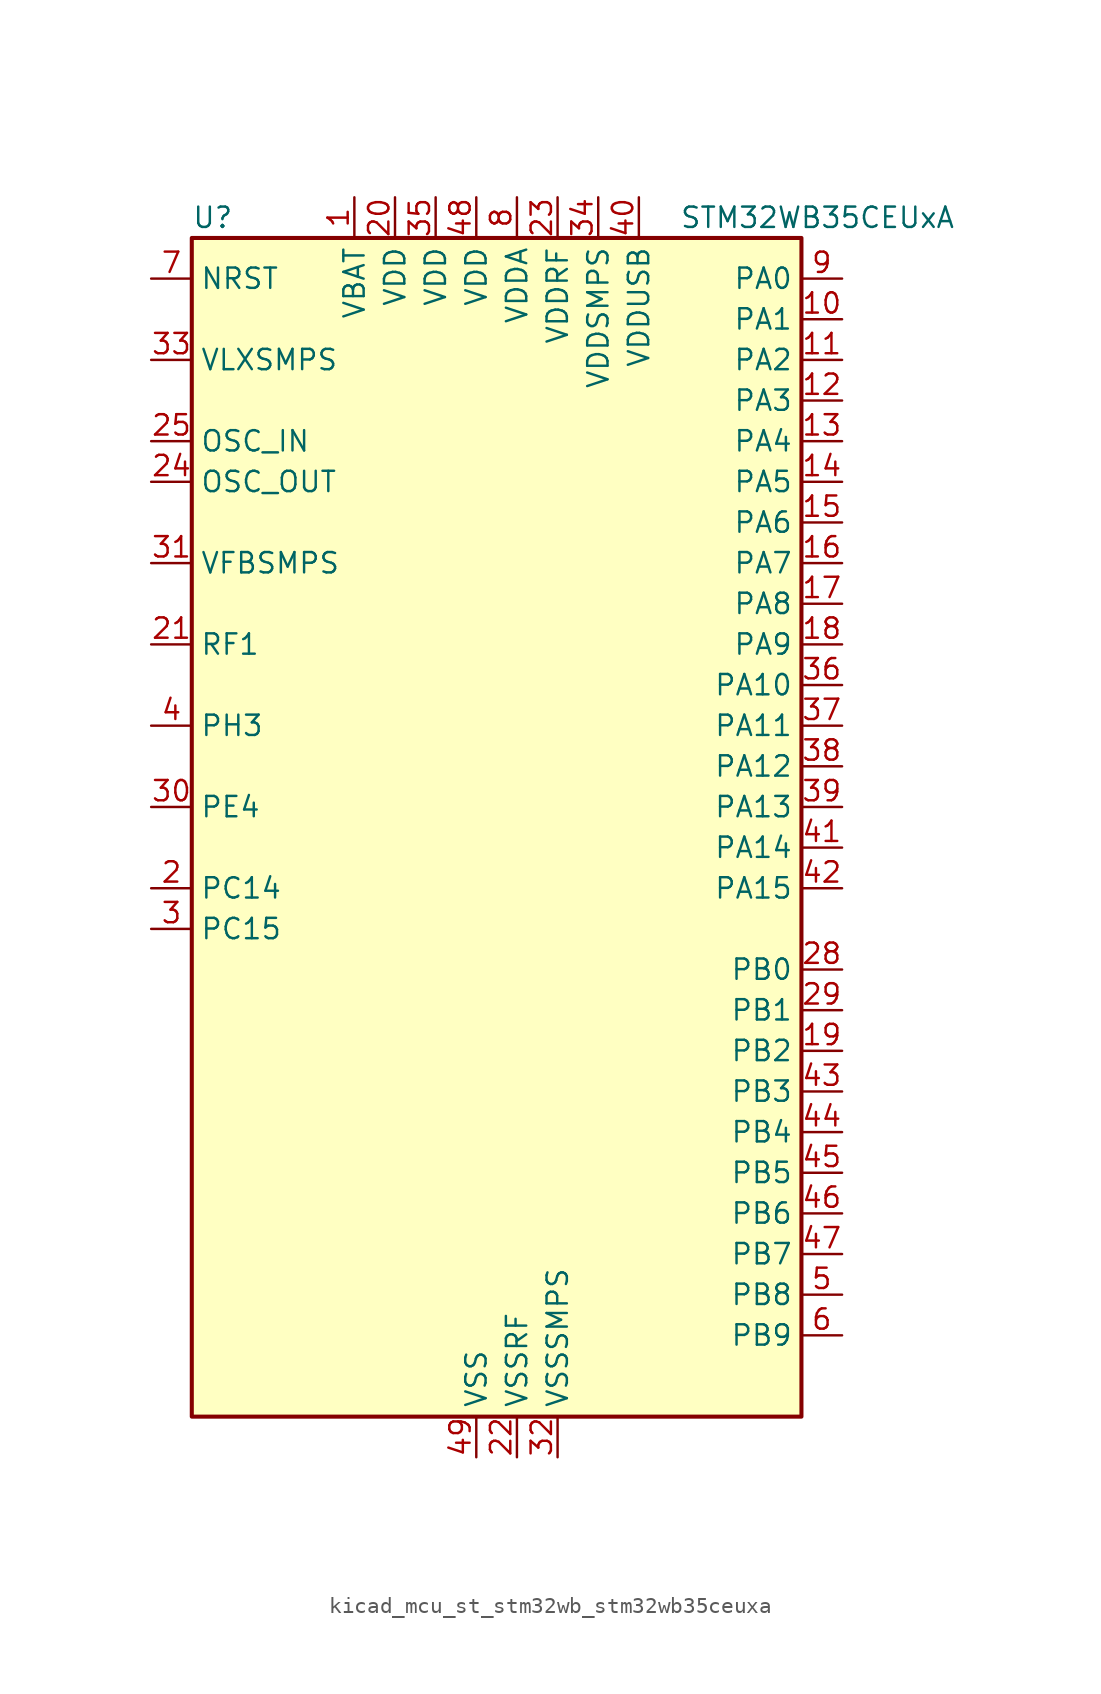
<source format=kicad_sym>
(kicad_symbol_lib
  (version 20220914)
  (generator kicad_symbol_editor)
  (symbol "kicad_mcu_st_stm32wb_stm32wb35ceuxa"
    (property "Reference" "U"
      (at -17.78 39.37 0)
      (effects (font (size 1.27 1.27)) (justify left)))
    (property "Value" "STM32WB35CEUxA"
      (at 12.7 39.37 0)
      (effects (font (size 1.27 1.27)) (justify left)))
    (property "ki_locked" ""
      (at 0 0 0)
      (effects (font (size 1.27 1.27))))
    (symbol "kicad_mcu_st_stm32wb_stm32wb35ceuxa_0_1"
      (rectangle (start -17.78 -35.56) (end 20.32 38.1) (stroke (width 0.254) (type default)) (fill (type background))))
    (symbol "kicad_mcu_st_stm32wb_stm32wb35ceuxa_1_1"
      (pin power_in line (at -7.62 40.64 270) (length 2.54) (name "VBAT" (effects (font (size 1.27 1.27)))) (number "1" (effects (font (size 1.27 1.27)))))
      (pin bidirectional line (at 22.86 33.02 180) (length 2.54) (name "PA1" (effects (font (size 1.27 1.27)))) (number "10" (effects (font (size 1.27 1.27)))) (alternate "ADC1_IN6" bidirectional line) (alternate "COMP1_INP" bidirectional line) (alternate "I2C1_SMBA" bidirectional line) (alternate "SPI1_SCK" bidirectional line) (alternate "TIM2_CH2" bidirectional line))
      (pin bidirectional line (at 22.86 30.48 180) (length 2.54) (name "PA2" (effects (font (size 1.27 1.27)))) (number "11" (effects (font (size 1.27 1.27)))) (alternate "ADC1_IN7" bidirectional line) (alternate "COMP2_INM" bidirectional line) (alternate "COMP2_OUT" bidirectional line) (alternate "LPUART1_TX" bidirectional line) (alternate "QUADSPI_BK1_NCS" bidirectional line) (alternate "RCC_LSCO" bidirectional line) (alternate "SYS_WKUP4" bidirectional line) (alternate "TIM2_CH3" bidirectional line))
      (pin bidirectional line (at 22.86 27.94 180) (length 2.54) (name "PA3" (effects (font (size 1.27 1.27)))) (number "12" (effects (font (size 1.27 1.27)))) (alternate "ADC1_IN8" bidirectional line) (alternate "COMP2_INP" bidirectional line) (alternate "LPUART1_RX" bidirectional line) (alternate "QUADSPI_CLK" bidirectional line) (alternate "SAI1_CK1" bidirectional line) (alternate "SAI1_MCLK_A" bidirectional line) (alternate "TIM2_CH4" bidirectional line))
      (pin bidirectional line (at 22.86 25.4 180) (length 2.54) (name "PA4" (effects (font (size 1.27 1.27)))) (number "13" (effects (font (size 1.27 1.27)))) (alternate "ADC1_IN9" bidirectional line) (alternate "COMP1_INM" bidirectional line) (alternate "COMP2_INM" bidirectional line) (alternate "LPTIM2_OUT" bidirectional line) (alternate "SAI1_FS_B" bidirectional line) (alternate "SPI1_NSS" bidirectional line))
      (pin bidirectional line (at 22.86 22.86 180) (length 2.54) (name "PA5" (effects (font (size 1.27 1.27)))) (number "14" (effects (font (size 1.27 1.27)))) (alternate "ADC1_IN10" bidirectional line) (alternate "COMP1_INM" bidirectional line) (alternate "COMP2_INM" bidirectional line) (alternate "LPTIM2_ETR" bidirectional line) (alternate "SAI1_SD_B" bidirectional line) (alternate "SPI1_SCK" bidirectional line) (alternate "TIM2_CH1" bidirectional line) (alternate "TIM2_ETR" bidirectional line))
      (pin bidirectional line (at 22.86 20.32 180) (length 2.54) (name "PA6" (effects (font (size 1.27 1.27)))) (number "15" (effects (font (size 1.27 1.27)))) (alternate "ADC1_IN11" bidirectional line) (alternate "LPUART1_CTS" bidirectional line) (alternate "QUADSPI_BK1_IO3" bidirectional line) (alternate "SPI1_MISO" bidirectional line) (alternate "TIM16_CH1" bidirectional line) (alternate "TIM1_BKIN" bidirectional line))
      (pin bidirectional line (at 22.86 17.78 180) (length 2.54) (name "PA7" (effects (font (size 1.27 1.27)))) (number "16" (effects (font (size 1.27 1.27)))) (alternate "ADC1_IN12" bidirectional line) (alternate "COMP2_OUT" bidirectional line) (alternate "I2C3_SCL" bidirectional line) (alternate "QUADSPI_BK1_IO2" bidirectional line) (alternate "SPI1_MOSI" bidirectional line) (alternate "TIM17_CH1" bidirectional line) (alternate "TIM1_CH1N" bidirectional line))
      (pin bidirectional line (at 22.86 15.24 180) (length 2.54) (name "PA8" (effects (font (size 1.27 1.27)))) (number "17" (effects (font (size 1.27 1.27)))) (alternate "ADC1_IN15" bidirectional line) (alternate "LPTIM2_OUT" bidirectional line) (alternate "RCC_MCO" bidirectional line) (alternate "SAI1_CK2" bidirectional line) (alternate "SAI1_SCK_A" bidirectional line) (alternate "TIM1_CH1" bidirectional line) (alternate "USART1_CK" bidirectional line))
      (pin bidirectional line (at 22.86 12.7 180) (length 2.54) (name "PA9" (effects (font (size 1.27 1.27)))) (number "18" (effects (font (size 1.27 1.27)))) (alternate "ADC1_IN16" bidirectional line) (alternate "COMP1_INM" bidirectional line) (alternate "I2C1_SCL" bidirectional line) (alternate "SAI1_D2" bidirectional line) (alternate "SAI1_FS_A" bidirectional line) (alternate "TIM1_CH2" bidirectional line) (alternate "USART1_TX" bidirectional line))
      (pin bidirectional line (at 22.86 -12.7 180) (length 2.54) (name "PB2" (effects (font (size 1.27 1.27)))) (number "19" (effects (font (size 1.27 1.27)))) (alternate "COMP1_INP" bidirectional line) (alternate "I2C3_SMBA" bidirectional line) (alternate "LPTIM1_OUT" bidirectional line) (alternate "RTC_OUT2" bidirectional line) (alternate "SAI1_EXTCLK" bidirectional line) (alternate "SPI1_NSS" bidirectional line))
      (pin bidirectional line (at -20.32 -2.54 0) (length 2.54) (name "PC14" (effects (font (size 1.27 1.27)))) (number "2" (effects (font (size 1.27 1.27)))) (alternate "RCC_OSC32_IN" bidirectional line))
      (pin power_in line (at -5.08 40.64 270) (length 2.54) (name "VDD" (effects (font (size 1.27 1.27)))) (number "20" (effects (font (size 1.27 1.27)))))
      (pin bidirectional line (at -20.32 12.7 0) (length 2.54) (name "RF1" (effects (font (size 1.27 1.27)))) (number "21" (effects (font (size 1.27 1.27)))) (alternate "RF_RF1" bidirectional line))
      (pin power_in line (at 2.54 -38.1 90) (length 2.54) (name "VSSRF" (effects (font (size 1.27 1.27)))) (number "22" (effects (font (size 1.27 1.27)))))
      (pin power_in line (at 5.08 40.64 270) (length 2.54) (name "VDDRF" (effects (font (size 1.27 1.27)))) (number "23" (effects (font (size 1.27 1.27)))))
      (pin input line (at -20.32 22.86 0) (length 2.54) (name "OSC_OUT" (effects (font (size 1.27 1.27)))) (number "24" (effects (font (size 1.27 1.27)))) (alternate "RCC_OSC_OUT" bidirectional line))
      (pin input line (at -20.32 25.4 0) (length 2.54) (name "OSC_IN" (effects (font (size 1.27 1.27)))) (number "25" (effects (font (size 1.27 1.27)))) (alternate "RCC_OSC_IN" bidirectional line))
      (pin no_connect line (at -17.78 -35.56 0) (length 2.54) hide (name "AT0" (effects (font (size 1.27 1.27)))) (number "26" (effects (font (size 1.27 1.27)))))
      (pin no_connect line (at -17.78 -33.02 0) (length 2.54) hide (name "AT1" (effects (font (size 1.27 1.27)))) (number "27" (effects (font (size 1.27 1.27)))))
      (pin bidirectional line (at 22.86 -7.62 180) (length 2.54) (name "PB0" (effects (font (size 1.27 1.27)))) (number "28" (effects (font (size 1.27 1.27)))) (alternate "COMP1_OUT" bidirectional line) (alternate "RF_TX_MOD_EXT_PA" bidirectional line))
      (pin bidirectional line (at 22.86 -10.16 180) (length 2.54) (name "PB1" (effects (font (size 1.27 1.27)))) (number "29" (effects (font (size 1.27 1.27)))) (alternate "LPTIM2_IN1" bidirectional line) (alternate "LPUART1_DE" bidirectional line) (alternate "LPUART1_RTS" bidirectional line))
      (pin bidirectional line (at -20.32 -5.08 0) (length 2.54) (name "PC15" (effects (font (size 1.27 1.27)))) (number "3" (effects (font (size 1.27 1.27)))) (alternate "ADC1_EXTI15" bidirectional line) (alternate "RCC_OSC32_OUT" bidirectional line))
      (pin bidirectional line (at -20.32 2.54 0) (length 2.54) (name "PE4" (effects (font (size 1.27 1.27)))) (number "30" (effects (font (size 1.27 1.27)))))
      (pin input line (at -20.32 17.78 0) (length 2.54) (name "VFBSMPS" (effects (font (size 1.27 1.27)))) (number "31" (effects (font (size 1.27 1.27)))))
      (pin power_in line (at 5.08 -38.1 90) (length 2.54) (name "VSSSMPS" (effects (font (size 1.27 1.27)))) (number "32" (effects (font (size 1.27 1.27)))))
      (pin power_in line (at -20.32 30.48 0) (length 2.54) (name "VLXSMPS" (effects (font (size 1.27 1.27)))) (number "33" (effects (font (size 1.27 1.27)))))
      (pin power_in line (at 7.62 40.64 270) (length 2.54) (name "VDDSMPS" (effects (font (size 1.27 1.27)))) (number "34" (effects (font (size 1.27 1.27)))))
      (pin power_in line (at -2.54 40.64 270) (length 2.54) (name "VDD" (effects (font (size 1.27 1.27)))) (number "35" (effects (font (size 1.27 1.27)))))
      (pin bidirectional line (at 22.86 10.16 180) (length 2.54) (name "PA10" (effects (font (size 1.27 1.27)))) (number "36" (effects (font (size 1.27 1.27)))) (alternate "CRS_SYNC" bidirectional line) (alternate "I2C1_SDA" bidirectional line) (alternate "SAI1_D1" bidirectional line) (alternate "SAI1_SD_A" bidirectional line) (alternate "TIM17_BKIN" bidirectional line) (alternate "TIM1_CH3" bidirectional line) (alternate "USART1_RX" bidirectional line))
      (pin bidirectional line (at 22.86 7.62 180) (length 2.54) (name "PA11" (effects (font (size 1.27 1.27)))) (number "37" (effects (font (size 1.27 1.27)))) (alternate "ADC1_EXTI11" bidirectional line) (alternate "SPI1_MISO" bidirectional line) (alternate "TIM1_BKIN2" bidirectional line) (alternate "TIM1_CH4" bidirectional line) (alternate "USART1_CTS" bidirectional line) (alternate "USART1_NSS" bidirectional line) (alternate "USB_DM" bidirectional line))
      (pin bidirectional line (at 22.86 5.08 180) (length 2.54) (name "PA12" (effects (font (size 1.27 1.27)))) (number "38" (effects (font (size 1.27 1.27)))) (alternate "LPUART1_RX" bidirectional line) (alternate "SPI1_MOSI" bidirectional line) (alternate "TIM1_ETR" bidirectional line) (alternate "USART1_DE" bidirectional line) (alternate "USART1_RTS" bidirectional line) (alternate "USB_DP" bidirectional line))
      (pin bidirectional line (at 22.86 2.54 180) (length 2.54) (name "PA13" (effects (font (size 1.27 1.27)))) (number "39" (effects (font (size 1.27 1.27)))) (alternate "IR_OUT" bidirectional line) (alternate "SAI1_SD_B" bidirectional line) (alternate "SYS_JTMS-SWDIO" bidirectional line) (alternate "USB_NOE" bidirectional line))
      (pin bidirectional line (at -20.32 7.62 0) (length 2.54) (name "PH3" (effects (font (size 1.27 1.27)))) (number "4" (effects (font (size 1.27 1.27)))) (alternate "RCC_LSCO" bidirectional line))
      (pin power_in line (at 10.16 40.64 270) (length 2.54) (name "VDDUSB" (effects (font (size 1.27 1.27)))) (number "40" (effects (font (size 1.27 1.27)))))
      (pin bidirectional line (at 22.86 0 180) (length 2.54) (name "PA14" (effects (font (size 1.27 1.27)))) (number "41" (effects (font (size 1.27 1.27)))) (alternate "I2C1_SMBA" bidirectional line) (alternate "LPTIM1_OUT" bidirectional line) (alternate "SAI1_FS_B" bidirectional line) (alternate "SYS_JTCK-SWCLK" bidirectional line))
      (pin bidirectional line (at 22.86 -2.54 180) (length 2.54) (name "PA15" (effects (font (size 1.27 1.27)))) (number "42" (effects (font (size 1.27 1.27)))) (alternate "ADC1_EXTI15" bidirectional line) (alternate "RCC_MCO" bidirectional line) (alternate "SPI1_NSS" bidirectional line) (alternate "SYS_JTDI" bidirectional line) (alternate "TIM2_CH1" bidirectional line) (alternate "TIM2_ETR" bidirectional line))
      (pin bidirectional line (at 22.86 -15.24 180) (length 2.54) (name "PB3" (effects (font (size 1.27 1.27)))) (number "43" (effects (font (size 1.27 1.27)))) (alternate "COMP2_INM" bidirectional line) (alternate "SAI1_SCK_B" bidirectional line) (alternate "SPI1_SCK" bidirectional line) (alternate "SYS_JTDO-SWO" bidirectional line) (alternate "TIM2_CH2" bidirectional line) (alternate "USART1_DE" bidirectional line) (alternate "USART1_RTS" bidirectional line))
      (pin bidirectional line (at 22.86 -17.78 180) (length 2.54) (name "PB4" (effects (font (size 1.27 1.27)))) (number "44" (effects (font (size 1.27 1.27)))) (alternate "COMP2_INP" bidirectional line) (alternate "I2C3_SDA" bidirectional line) (alternate "SAI1_MCLK_B" bidirectional line) (alternate "SPI1_MISO" bidirectional line) (alternate "SYS_JTRST" bidirectional line) (alternate "TIM17_BKIN" bidirectional line) (alternate "USART1_CTS" bidirectional line) (alternate "USART1_NSS" bidirectional line))
      (pin bidirectional line (at 22.86 -20.32 180) (length 2.54) (name "PB5" (effects (font (size 1.27 1.27)))) (number "45" (effects (font (size 1.27 1.27)))) (alternate "COMP2_OUT" bidirectional line) (alternate "I2C1_SMBA" bidirectional line) (alternate "LPTIM1_IN1" bidirectional line) (alternate "LPUART1_TX" bidirectional line) (alternate "SAI1_SD_B" bidirectional line) (alternate "SPI1_MOSI" bidirectional line) (alternate "TIM16_BKIN" bidirectional line) (alternate "USART1_CK" bidirectional line))
      (pin bidirectional line (at 22.86 -22.86 180) (length 2.54) (name "PB6" (effects (font (size 1.27 1.27)))) (number "46" (effects (font (size 1.27 1.27)))) (alternate "COMP2_INP" bidirectional line) (alternate "I2C1_SCL" bidirectional line) (alternate "LPTIM1_ETR" bidirectional line) (alternate "RCC_MCO" bidirectional line) (alternate "SAI1_FS_B" bidirectional line) (alternate "TIM16_CH1N" bidirectional line) (alternate "USART1_TX" bidirectional line))
      (pin bidirectional line (at 22.86 -25.4 180) (length 2.54) (name "PB7" (effects (font (size 1.27 1.27)))) (number "47" (effects (font (size 1.27 1.27)))) (alternate "COMP2_INM" bidirectional line) (alternate "I2C1_SDA" bidirectional line) (alternate "LPTIM1_IN2" bidirectional line) (alternate "SYS_PVD_IN" bidirectional line) (alternate "TIM17_CH1N" bidirectional line) (alternate "TIM1_BKIN" bidirectional line) (alternate "USART1_RX" bidirectional line))
      (pin power_in line (at 0 40.64 270) (length 2.54) (name "VDD" (effects (font (size 1.27 1.27)))) (number "48" (effects (font (size 1.27 1.27)))))
      (pin power_in line (at 0 -38.1 90) (length 2.54) (name "VSS" (effects (font (size 1.27 1.27)))) (number "49" (effects (font (size 1.27 1.27)))))
      (pin bidirectional line (at 22.86 -27.94 180) (length 2.54) (name "PB8" (effects (font (size 1.27 1.27)))) (number "5" (effects (font (size 1.27 1.27)))) (alternate "I2C1_SCL" bidirectional line) (alternate "QUADSPI_BK1_IO1" bidirectional line) (alternate "SAI1_CK1" bidirectional line) (alternate "SAI1_MCLK_A" bidirectional line) (alternate "TIM16_CH1" bidirectional line) (alternate "TIM1_CH2N" bidirectional line))
      (pin bidirectional line (at 22.86 -30.48 180) (length 2.54) (name "PB9" (effects (font (size 1.27 1.27)))) (number "6" (effects (font (size 1.27 1.27)))) (alternate "I2C1_SDA" bidirectional line) (alternate "IR_OUT" bidirectional line) (alternate "QUADSPI_BK1_IO0" bidirectional line) (alternate "SAI1_D2" bidirectional line) (alternate "SAI1_FS_A" bidirectional line) (alternate "TIM17_CH1" bidirectional line) (alternate "TIM1_CH3N" bidirectional line))
      (pin input line (at -20.32 35.56 0) (length 2.54) (name "NRST" (effects (font (size 1.27 1.27)))) (number "7" (effects (font (size 1.27 1.27)))))
      (pin power_in line (at 2.54 40.64 270) (length 2.54) (name "VDDA" (effects (font (size 1.27 1.27)))) (number "8" (effects (font (size 1.27 1.27)))))
      (pin bidirectional line (at 22.86 35.56 180) (length 2.54) (name "PA0" (effects (font (size 1.27 1.27)))) (number "9" (effects (font (size 1.27 1.27)))) (alternate "ADC1_IN5" bidirectional line) (alternate "COMP1_INM" bidirectional line) (alternate "COMP1_OUT" bidirectional line) (alternate "RTC_TAMP2" bidirectional line) (alternate "SAI1_EXTCLK" bidirectional line) (alternate "SYS_WKUP1" bidirectional line) (alternate "TIM2_CH1" bidirectional line) (alternate "TIM2_ETR" bidirectional line)))))
</source>
